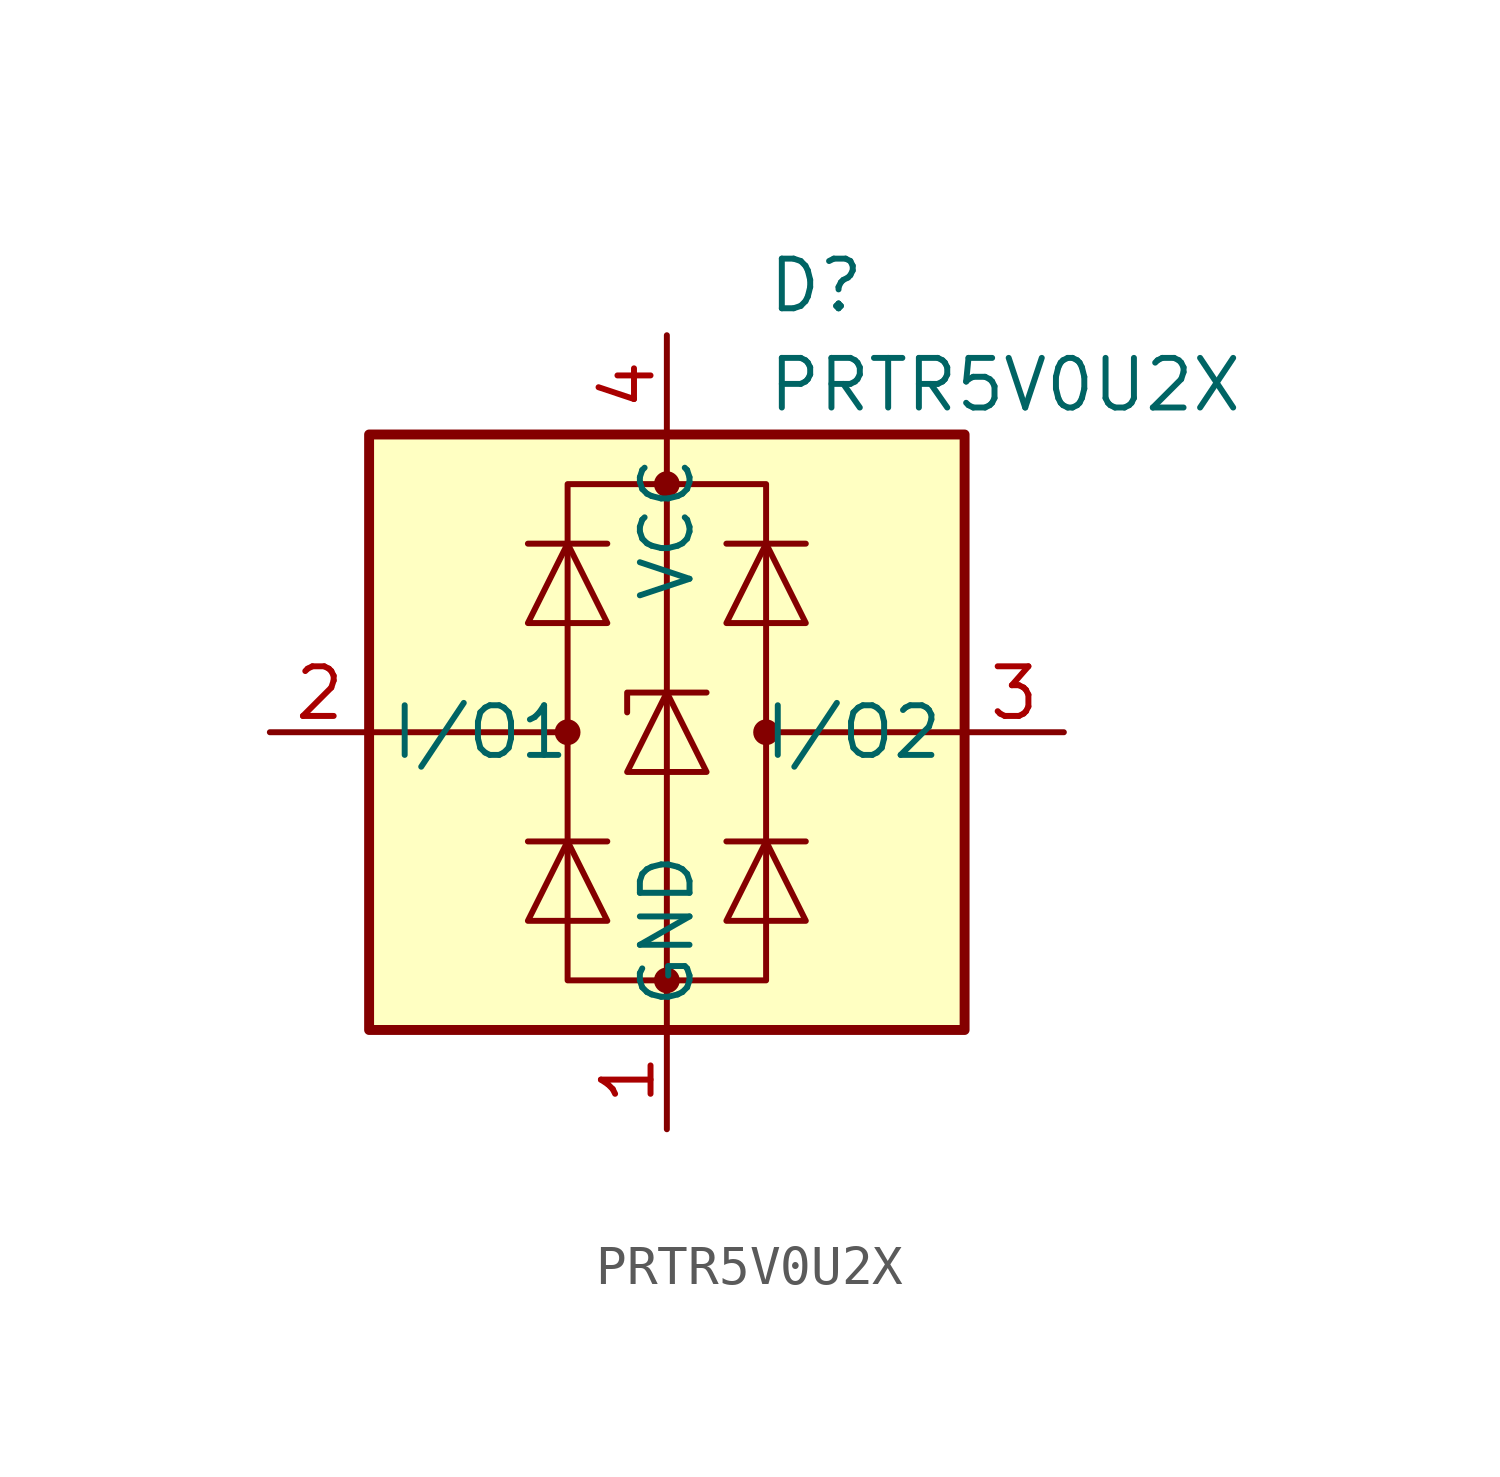
<source format=kicad_sym>
(kicad_symbol_lib
  (version 20211014)
  (generator kicad_symbol_editor)
  (symbol "PRTR5V0U2X"
    (property "Reference" "D"
      (at 2.54 11.43 0)
      (effects (font (size 1.27 1.27)) (justify left)))
    (property "Value" "PRTR5V0U2X"
      (at 2.54 8.89 0)
      (effects (font (size 1.27 1.27)) (justify left)))
    (symbol "PRTR5V0U2X_0_1"
      (rectangle (start -7.62 -7.62) (end 7.62 7.62) (stroke (width 0.254) (type default) (color 0 0 0 0)) (fill (type background)))
      (circle (center -2.54 0) (radius 0.254) (stroke (width 0) (type default) (color 0 0 0 0)) (fill (type outline)))
      (rectangle (start -2.54 6.35) (end 2.54 -6.35) (stroke (width 0) (type default) (color 0 0 0 0)) (fill (type none)))
      (circle (center 0 -6.35) (radius 0.254) (stroke (width 0) (type default) (color 0 0 0 0)) (fill (type outline)))
      (polyline (pts (xy -2.54 0) (xy -7.62 0)) (stroke (width 0) (type default) (color 0 0 0 0)) (fill (type none)))
      (polyline (pts (xy -1.524 -2.794) (xy -3.556 -2.794)) (stroke (width 0) (type default) (color 0 0 0 0)) (fill (type none)))
      (polyline (pts (xy -1.524 4.826) (xy -3.556 4.826)) (stroke (width 0) (type default) (color 0 0 0 0)) (fill (type none)))
      (polyline (pts (xy 0 -7.62) (xy 0 7.62)) (stroke (width 0) (type default) (color 0 0 0 0)) (fill (type none)))
      (polyline (pts (xy 1.524 -2.794) (xy 3.556 -2.794)) (stroke (width 0) (type default) (color 0 0 0 0)) (fill (type none)))
      (polyline (pts (xy 1.524 4.826) (xy 3.556 4.826)) (stroke (width 0) (type default) (color 0 0 0 0)) (fill (type none)))
      (polyline (pts (xy 2.54 0) (xy 7.62 0)) (stroke (width 0) (type default) (color 0 0 0 0)) (fill (type none)))
      (polyline (pts (xy 1.016 1.016) (xy -1.016 1.016) (xy -1.016 0.508)) (stroke (width 0) (type default) (color 0 0 0 0)) (fill (type none)))
      (polyline (pts (xy -3.556 -4.826) (xy -1.524 -4.826) (xy -2.54 -2.794) (xy -3.556 -4.826)) (stroke (width 0) (type default) (color 0 0 0 0)) (fill (type none)))
      (polyline (pts (xy -3.556 2.794) (xy -1.524 2.794) (xy -2.54 4.826) (xy -3.556 2.794)) (stroke (width 0) (type default) (color 0 0 0 0)) (fill (type none)))
      (polyline (pts (xy -1.016 -1.016) (xy 1.016 -1.016) (xy 0 1.016) (xy -1.016 -1.016)) (stroke (width 0) (type default) (color 0 0 0 0)) (fill (type none)))
      (polyline (pts (xy 3.556 -4.826) (xy 1.524 -4.826) (xy 2.54 -2.794) (xy 3.556 -4.826)) (stroke (width 0) (type default) (color 0 0 0 0)) (fill (type none)))
      (polyline (pts (xy 3.556 2.794) (xy 1.524 2.794) (xy 2.54 4.826) (xy 3.556 2.794)) (stroke (width 0) (type default) (color 0 0 0 0)) (fill (type none)))
      (circle (center 0 6.35) (radius 0.254) (stroke (width 0) (type default) (color 0 0 0 0)) (fill (type outline)))
      (circle (center 2.54 0) (radius 0.254) (stroke (width 0) (type default) (color 0 0 0 0)) (fill (type outline))))
    (symbol "PRTR5V0U2X_1_1"
      (pin passive line (at 0 -10.16 90) (length 2.54) (name "GND" (effects (font (size 1.27 1.27)))) (number "1" (effects (font (size 1.27 1.27)))))
      (pin passive line (at -10.16 0 0) (length 2.54) (name "I/O1" (effects (font (size 1.27 1.27)))) (number "2" (effects (font (size 1.27 1.27)))))
      (pin passive line (at 10.16 0 180) (length 2.54) (name "I/O2" (effects (font (size 1.27 1.27)))) (number "3" (effects (font (size 1.27 1.27)))))
      (pin passive line (at 0 10.16 270) (length 2.54) (name "VCC" (effects (font (size 1.27 1.27)))) (number "4" (effects (font (size 1.27 1.27))))))))
</source>
